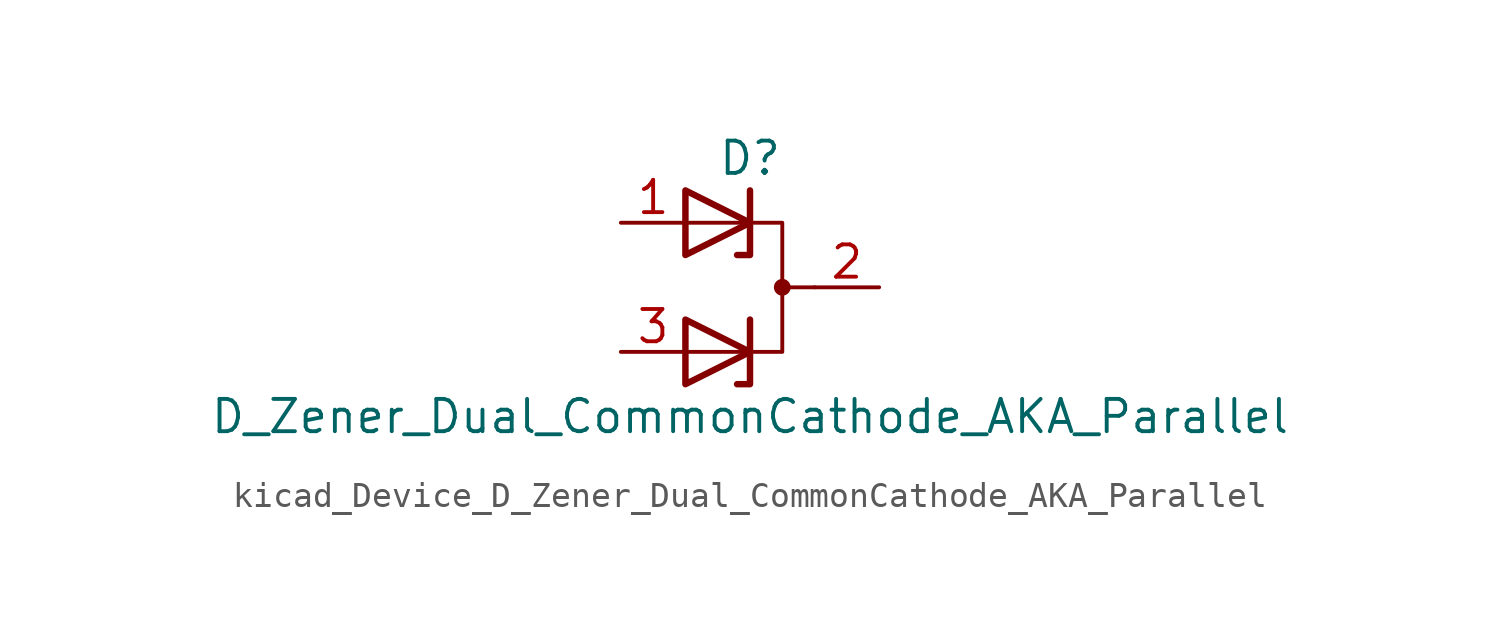
<source format=kicad_sym>
(kicad_symbol_lib
  (version 20220914)
  (generator kicad_symbol_editor)
  (symbol "kicad_Device_D_Zener_Dual_CommonCathode_AKA_Parallel"
    (pin_names
      (offset 0.762) hide)
    (property "Reference" "D"
      (at 0 5.08 0)
      (effects (font (size 1.27 1.27))))
    (property "Value" "D_Zener_Dual_CommonCathode_AKA_Parallel"
      (at 0 -5.08 0)
      (effects (font (size 1.27 1.27))))
    (symbol "kicad_Device_D_Zener_Dual_CommonCathode_AKA_Parallel_0_0"
      (polyline (pts (xy 0 -1.27) (xy 0 -3.81) (xy -0.508 -3.81)) (stroke (width 0.254) (type default)) (fill (type none)))
      (polyline (pts (xy 0 3.81) (xy 0 1.27) (xy -0.508 1.27)) (stroke (width 0.254) (type default)) (fill (type none))))
    (symbol "kicad_Device_D_Zener_Dual_CommonCathode_AKA_Parallel_0_1"
      (polyline (pts (xy 1.27 0) (xy 2.54 0)) (stroke (width 0) (type default)) (fill (type none)))
      (polyline (pts (xy -2.54 -2.54) (xy 1.27 -2.54) (xy 1.27 2.54) (xy -2.54 2.54)) (stroke (width 0) (type default)) (fill (type none)))
      (polyline (pts (xy -2.54 -1.27) (xy 0 -2.54) (xy -2.54 -3.81) (xy -2.54 -1.27) (xy -2.54 -1.27) (xy -2.54 -1.27)) (stroke (width 0.254) (type default)) (fill (type none)))
      (polyline (pts (xy -2.54 3.81) (xy 0 2.54) (xy -2.54 1.27) (xy -2.54 3.81) (xy -2.54 3.81) (xy -2.54 3.81)) (stroke (width 0.254) (type default)) (fill (type none)))
      (circle (center 1.27 0) (radius 0.254) (stroke (width 0) (type default)) (fill (type outline)))
      (pin passive line (at -5.08 2.54 0) (length 2.54) (name "K" (effects (font (size 1.27 1.27)))) (number "1" (effects (font (size 1.27 1.27)))))
      (pin passive line (at 5.08 0 180) (length 2.54) (name "A" (effects (font (size 1.27 1.27)))) (number "2" (effects (font (size 1.27 1.27)))))
      (pin passive line (at -5.08 -2.54 0) (length 2.54) (name "K" (effects (font (size 1.27 1.27)))) (number "3" (effects (font (size 1.27 1.27))))))))
</source>
